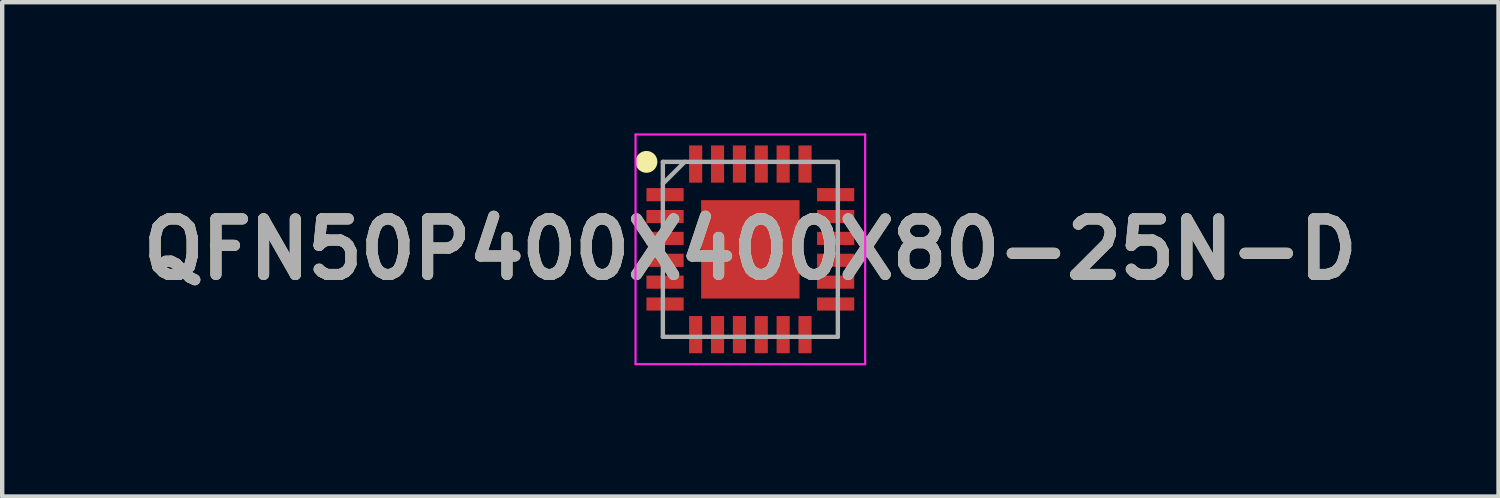
<source format=kicad_pcb>
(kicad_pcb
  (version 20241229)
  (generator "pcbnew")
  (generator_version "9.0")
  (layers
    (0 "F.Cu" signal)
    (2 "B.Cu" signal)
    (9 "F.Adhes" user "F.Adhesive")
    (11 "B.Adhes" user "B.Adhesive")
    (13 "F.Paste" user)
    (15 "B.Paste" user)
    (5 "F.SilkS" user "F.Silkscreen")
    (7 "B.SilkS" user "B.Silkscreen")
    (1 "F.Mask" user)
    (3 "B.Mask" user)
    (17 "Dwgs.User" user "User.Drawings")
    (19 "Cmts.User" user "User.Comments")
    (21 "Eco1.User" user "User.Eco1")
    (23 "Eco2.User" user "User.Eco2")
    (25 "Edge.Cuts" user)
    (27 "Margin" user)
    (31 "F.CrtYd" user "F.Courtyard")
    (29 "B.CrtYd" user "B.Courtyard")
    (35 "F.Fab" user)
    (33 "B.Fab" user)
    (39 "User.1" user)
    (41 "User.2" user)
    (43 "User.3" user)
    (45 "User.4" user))
  (footprint "QFN50P400X400X80-25N-D"
    (layer "F.Cu")
    (at 14.103 2.65)
    (property "Reference" "QFN50P400X400X80-25N-D" (at 0 0 0) (layer "F.SilkS") (effects (font (size 1.27 1.27) (thickness 0.254))))
    (attr smd)
    (fp_circle (center -2.375 -2) (end -2.375 -1.875) (stroke (width 0.25) (type solid)) (fill no) (layer "F.SilkS"))
    (fp_line (start -2.625 -2.625) (end 2.625 -2.625) (stroke (width 0.05) (type solid)) (layer "F.CrtYd"))
    (fp_line (start -2.625 2.625) (end -2.625 -2.625) (stroke (width 0.05) (type solid)) (layer "F.CrtYd"))
    (fp_line (start 2.625 -2.625) (end 2.625 2.625) (stroke (width 0.05) (type solid)) (layer "F.CrtYd"))
    (fp_line (start 2.625 2.625) (end -2.625 2.625) (stroke (width 0.05) (type solid)) (layer "F.CrtYd"))
    (fp_line (start -2 -2) (end 2 -2) (stroke (width 0.1) (type solid)) (layer "F.Fab"))
    (fp_line (start -2 -1.5) (end -1.5 -2) (stroke (width 0.1) (type solid)) (layer "F.Fab"))
    (fp_line (start -2 2) (end -2 -2) (stroke (width 0.1) (type solid)) (layer "F.Fab"))
    (fp_line (start 2 -2) (end 2 2) (stroke (width 0.1) (type solid)) (layer "F.Fab"))
    (fp_line (start 2 2) (end -2 2) (stroke (width 0.1) (type solid)) (layer "F.Fab"))
    (fp_text user "${REFERENCE}" (at 0 0 0) (layer "F.Fab") (effects (font (size 1.27 1.27) (thickness 0.254))))
    (pad "1" smd rect (at -1.95 -1.25 90) (size 0.3 0.85) (layers "F.Cu" "F.Mask" "F.Paste"))
    (pad "2" smd rect (at -1.95 -0.75 90) (size 0.3 0.85) (layers "F.Cu" "F.Mask" "F.Paste"))
    (pad "3" smd rect (at -1.95 -0.25 90) (size 0.3 0.85) (layers "F.Cu" "F.Mask" "F.Paste"))
    (pad "4" smd rect (at -1.95 0.25 90) (size 0.3 0.85) (layers "F.Cu" "F.Mask" "F.Paste"))
    (pad "5" smd rect (at -1.95 0.75 90) (size 0.3 0.85) (layers "F.Cu" "F.Mask" "F.Paste"))
    (pad "6" smd rect (at -1.95 1.25 90) (size 0.3 0.85) (layers "F.Cu" "F.Mask" "F.Paste"))
    (pad "7" smd rect (at -1.25 1.95) (size 0.3 0.85) (layers "F.Cu" "F.Mask" "F.Paste"))
    (pad "8" smd rect (at -0.75 1.95) (size 0.3 0.85) (layers "F.Cu" "F.Mask" "F.Paste"))
    (pad "9" smd rect (at -0.25 1.95) (size 0.3 0.85) (layers "F.Cu" "F.Mask" "F.Paste"))
    (pad "10" smd rect (at 0.25 1.95) (size 0.3 0.85) (layers "F.Cu" "F.Mask" "F.Paste"))
    (pad "11" smd rect (at 0.75 1.95) (size 0.3 0.85) (layers "F.Cu" "F.Mask" "F.Paste"))
    (pad "12" smd rect (at 1.25 1.95) (size 0.3 0.85) (layers "F.Cu" "F.Mask" "F.Paste"))
    (pad "13" smd rect (at 1.95 1.25 90) (size 0.3 0.85) (layers "F.Cu" "F.Mask" "F.Paste"))
    (pad "14" smd rect (at 1.95 0.75 90) (size 0.3 0.85) (layers "F.Cu" "F.Mask" "F.Paste"))
    (pad "15" smd rect (at 1.95 0.25 90) (size 0.3 0.85) (layers "F.Cu" "F.Mask" "F.Paste"))
    (pad "16" smd rect (at 1.95 -0.25 90) (size 0.3 0.85) (layers "F.Cu" "F.Mask" "F.Paste"))
    (pad "17" smd rect (at 1.95 -0.75 90) (size 0.3 0.85) (layers "F.Cu" "F.Mask" "F.Paste"))
    (pad "18" smd rect (at 1.95 -1.25 90) (size 0.3 0.85) (layers "F.Cu" "F.Mask" "F.Paste"))
    (pad "19" smd rect (at 1.25 -1.95) (size 0.3 0.85) (layers "F.Cu" "F.Mask" "F.Paste"))
    (pad "20" smd rect (at 0.75 -1.95) (size 0.3 0.85) (layers "F.Cu" "F.Mask" "F.Paste"))
    (pad "21" smd rect (at 0.25 -1.95) (size 0.3 0.85) (layers "F.Cu" "F.Mask" "F.Paste"))
    (pad "22" smd rect (at -0.25 -1.95) (size 0.3 0.85) (layers "F.Cu" "F.Mask" "F.Paste"))
    (pad "23" smd rect (at -0.75 -1.95) (size 0.3 0.85) (layers "F.Cu" "F.Mask" "F.Paste"))
    (pad "24" smd rect (at -1.25 -1.95) (size 0.3 0.85) (layers "F.Cu" "F.Mask" "F.Paste"))
    (pad "25" smd rect (at 0 0) (size 2.25 2.25) (layers "F.Cu" "F.Mask" "F.Paste")))
  (gr_rect
    (start -3 -3)
    (end 31.206 8.3)
    (stroke (width 0.1) (type default))
    (fill no)
    (layer "Edge.Cuts")))
</source>
